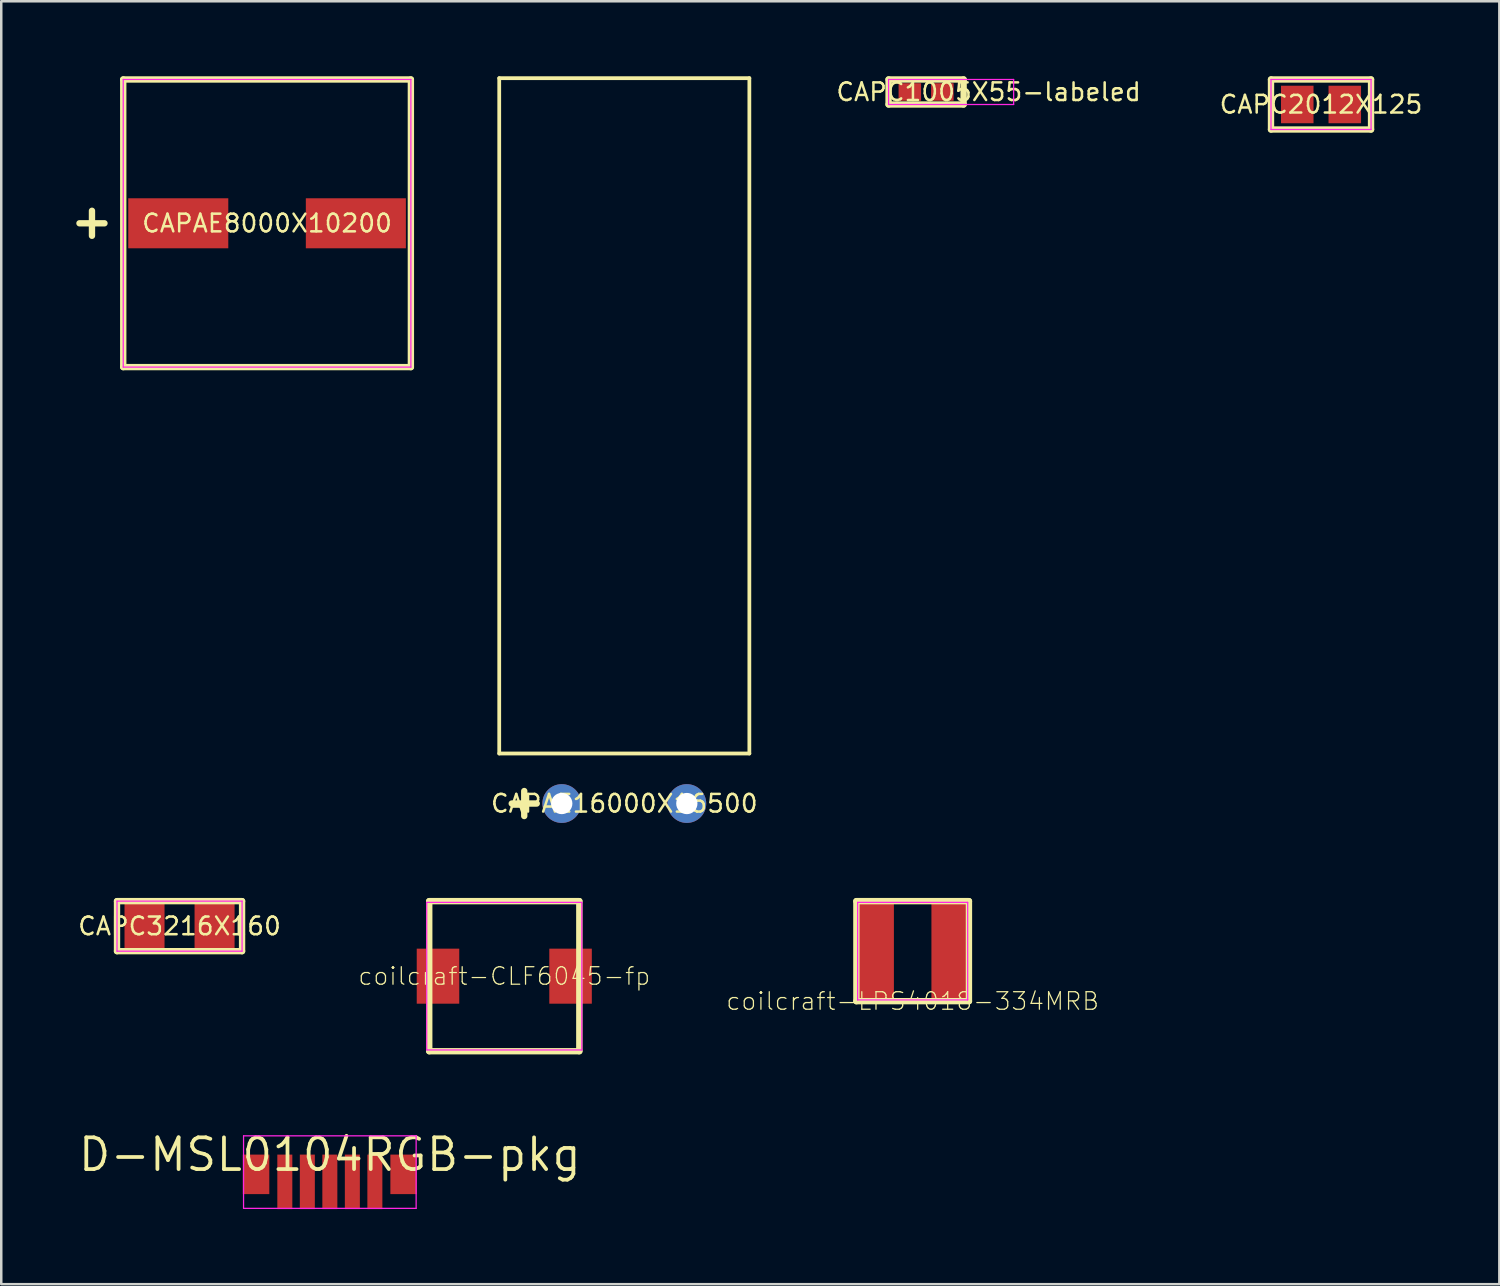
<source format=kicad_pcb>
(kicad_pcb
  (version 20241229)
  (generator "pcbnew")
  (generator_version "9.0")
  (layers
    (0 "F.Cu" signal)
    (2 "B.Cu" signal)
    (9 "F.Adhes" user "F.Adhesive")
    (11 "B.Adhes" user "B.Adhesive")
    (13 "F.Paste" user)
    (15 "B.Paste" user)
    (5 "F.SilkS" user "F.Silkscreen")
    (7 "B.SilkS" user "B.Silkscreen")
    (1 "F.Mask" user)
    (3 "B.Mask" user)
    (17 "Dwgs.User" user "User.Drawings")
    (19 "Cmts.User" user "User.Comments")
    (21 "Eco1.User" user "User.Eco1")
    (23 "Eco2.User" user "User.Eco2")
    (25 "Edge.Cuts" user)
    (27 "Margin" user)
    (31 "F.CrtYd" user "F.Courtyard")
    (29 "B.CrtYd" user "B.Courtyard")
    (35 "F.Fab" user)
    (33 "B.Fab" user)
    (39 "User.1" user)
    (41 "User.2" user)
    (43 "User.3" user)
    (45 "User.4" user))
  (footprint "CAPC3216X160"
    (layer "F.Cu")
    (at 4.128 33.977)
    (property "Reference" "CAPC3216X160" (at 0 0 0) (layer "F.SilkS") (effects (font (size 0.706 0.706) (thickness 0.1))))
    (attr through_hole)
    (fp_line (start -2.5 -1) (end -2.5 1) (stroke (width 0.254) (type solid)) (layer "F.SilkS"))
    (fp_line (start -2.5 1) (end 2.5 1) (stroke (width 0.254) (type solid)) (layer "F.SilkS"))
    (fp_line (start 2.5 -1) (end -2.5 -1) (stroke (width 0.254) (type solid)) (layer "F.SilkS"))
    (fp_line (start 2.5 1) (end 2.5 -1) (stroke (width 0.254) (type solid)) (layer "F.SilkS"))
    (fp_line (start -2.5 -1) (end -2.5 1) (stroke (width 0.05) (type solid)) (layer "F.CrtYd"))
    (fp_line (start -2.5 1) (end 2.5 1) (stroke (width 0.05) (type solid)) (layer "F.CrtYd"))
    (fp_line (start 2.5 -1) (end -2.5 -1) (stroke (width 0.05) (type solid)) (layer "F.CrtYd"))
    (fp_line (start 2.5 1) (end 2.5 -1) (stroke (width 0.05) (type solid)) (layer "F.CrtYd"))
    (pad "1" smd rect (at -1.4 0) (size 1.6 1.8) (layers "F.Cu" "F.Mask" "F.Paste"))
    (pad "2" smd rect (at 1.4 0) (size 1.6 1.8) (layers "F.Cu" "F.Mask" "F.Paste")))
  (footprint "coilcraft-CLF6045-fp"
    (layer "F.Cu")
    (at 17.111 35.977)
    (property "Reference" "coilcraft-CLF6045-fp" (at 0 0 180) (layer "F.SilkS") (effects (font (size 0.7 0.7) (thickness 0.05))))
    (attr through_hole)
    (fp_line (start -3 -3) (end -3 3) (stroke (width 0.254) (type solid)) (layer "F.SilkS"))
    (fp_line (start -3 3) (end 3 3) (stroke (width 0.254) (type solid)) (layer "F.SilkS"))
    (fp_line (start 3 -3) (end -3 -3) (stroke (width 0.254) (type solid)) (layer "F.SilkS"))
    (fp_line (start 3 3) (end 3 -3) (stroke (width 0.254) (type solid)) (layer "F.SilkS"))
    (fp_line (start -3.1 -2.95) (end -3.1 2.95) (stroke (width 0.05) (type solid)) (layer "F.CrtYd"))
    (fp_line (start -3.1 2.95) (end 3.1 2.95) (stroke (width 0.05) (type solid)) (layer "F.CrtYd"))
    (fp_line (start 3.1 -2.95) (end -3.1 -2.95) (stroke (width 0.05) (type solid)) (layer "F.CrtYd"))
    (fp_line (start 3.1 2.95) (end 3.1 -2.95) (stroke (width 0.05) (type solid)) (layer "F.CrtYd"))
    (pad "1" smd rect (at -2.65 0 270) (size 2.2 1.7) (layers "F.Cu" "F.Mask" "F.Paste"))
    (pad "2" smd rect (at 2.65 0 90) (size 2.2 1.7) (layers "F.Cu" "F.Mask" "F.Paste")))
  (footprint "CAPAE8000X10200"
    (layer "F.Cu")
    (at 7.627 5.877)
    (property "Reference" "CAPAE8000X10200" (at 0 0 0) (layer "F.SilkS") (effects (font (size 0.706 0.706) (thickness 0.1))))
    (attr through_hole)
    (fp_line (start -7.5 0) (end -6.5 0) (stroke (width 0.254) (type solid)) (layer "F.SilkS"))
    (fp_line (start -7 0.5) (end -7 -0.5) (stroke (width 0.254) (type solid)) (layer "F.SilkS"))
    (fp_line (start -5.75 -5.75) (end -5.75 5.75) (stroke (width 0.254) (type solid)) (layer "F.SilkS"))
    (fp_line (start -5.75 5.75) (end 5.75 5.75) (stroke (width 0.254) (type solid)) (layer "F.SilkS"))
    (fp_line (start 5.75 -5.75) (end -5.75 -5.75) (stroke (width 0.254) (type solid)) (layer "F.SilkS"))
    (fp_line (start 5.75 5.75) (end 5.75 -5.75) (stroke (width 0.254) (type solid)) (layer "F.SilkS"))
    (fp_line (start -5.75 -5.75) (end -5.75 5.75) (stroke (width 0.05) (type solid)) (layer "F.CrtYd"))
    (fp_line (start -5.75 5.75) (end 5.75 5.75) (stroke (width 0.05) (type solid)) (layer "F.CrtYd"))
    (fp_line (start 5.75 -5.75) (end -5.75 -5.75) (stroke (width 0.05) (type solid)) (layer "F.CrtYd"))
    (fp_line (start 5.75 5.75) (end 5.75 -5.75) (stroke (width 0.05) (type solid)) (layer "F.CrtYd"))
    (pad "1" smd rect (at -3.55 0) (size 4 2) (layers "F.Cu" "F.Mask" "F.Paste"))
    (pad "2" smd rect (at 3.55 0) (size 4 2) (layers "F.Cu" "F.Mask" "F.Paste")))
  (footprint "D-MSL0104RGB-pkg"
    (layer "F.Cu")
    (at 10.137 43.11)
    (property "Reference" "D-MSL0104RGB-pkg" (at 0 0 0) (layer "F.SilkS") (effects (font (size 1.27 1.27) (thickness 0.15))))
    (attr through_hole)
    (fp_line (start -3.45 -0.75) (end -3.45 2.15) (stroke (width 0.05) (type solid)) (layer "F.CrtYd"))
    (fp_line (start -3.45 2.15) (end 3.45 2.15) (stroke (width 0.05) (type solid)) (layer "F.CrtYd"))
    (fp_line (start 3.45 -0.75) (end -3.45 -0.75) (stroke (width 0.05) (type solid)) (layer "F.CrtYd"))
    (fp_line (start 3.45 2.15) (end 3.45 -0.75) (stroke (width 0.05) (type solid)) (layer "F.CrtYd"))
    (pad "1" smd rect (at -2.95 0.79) (size 1.06 1.58) (layers "F.Cu" "F.Mask" "F.Paste"))
    (pad "2" smd rect (at -1.8 1.09) (size 0.6 2.18) (layers "F.Cu" "F.Mask" "F.Paste"))
    (pad "3" smd rect (at -0.9 1.09) (size 0.6 2.18) (layers "F.Cu" "F.Mask" "F.Paste"))
    (pad "4" smd rect (at 0 1.09) (size 0.6 2.18) (layers "F.Cu" "F.Mask" "F.Paste"))
    (pad "5" smd rect (at 0.9 1.09) (size 0.6 2.18) (layers "F.Cu" "F.Mask" "F.Paste"))
    (pad "6" smd rect (at 1.8 1.09) (size 0.6 2.18) (layers "F.Cu" "F.Mask" "F.Paste"))
    (pad "7" smd rect (at 2.95 0.79) (size 1.06 1.58) (layers "F.Cu" "F.Mask" "F.Paste")))
  (footprint "coilcraft-LPS4018-334MRB"
    (layer "F.Cu")
    (at 33.438 34.977)
    (property "Reference" "coilcraft-LPS4018-334MRB" (at 0 2 180) (layer "F.SilkS") (effects (font (size 0.7 0.7) (thickness 0.05))))
    (attr through_hole)
    (fp_line (start -2.25 -2) (end -2.25 2) (stroke (width 0.254) (type solid)) (layer "F.SilkS"))
    (fp_line (start -2.25 2) (end 2.25 2) (stroke (width 0.254) (type solid)) (layer "F.SilkS"))
    (fp_line (start 2.25 -2) (end -2.25 -2) (stroke (width 0.254) (type solid)) (layer "F.SilkS"))
    (fp_line (start 2.25 2) (end 2.25 -2) (stroke (width 0.254) (type solid)) (layer "F.SilkS"))
    (fp_line (start -2.2 -1.95) (end -2.2 1.95) (stroke (width 0.05) (type solid)) (layer "F.CrtYd"))
    (fp_line (start -2.2 1.95) (end 2.2 1.95) (stroke (width 0.05) (type solid)) (layer "F.CrtYd"))
    (fp_line (start 2.2 -1.95) (end -2.2 -1.95) (stroke (width 0.05) (type solid)) (layer "F.CrtYd"))
    (fp_line (start 2.2 1.95) (end 2.2 -1.95) (stroke (width 0.05) (type solid)) (layer "F.CrtYd"))
    (pad "1" smd rect (at -1.475 0 270) (size 3.9 1.45) (layers "F.Cu" "F.Mask" "F.Paste"))
    (pad "2" smd rect (at 1.475 0 90) (size 3.9 1.45) (layers "F.Cu" "F.Mask" "F.Paste")))
  (footprint "CAPAE16000X16500"
    (layer "F.Cu")
    (at 21.909 29.075)
    (property "Reference" "CAPAE16000X16500" (at 0 0 0) (layer "F.SilkS") (effects (font (size 0.706 0.706) (thickness 0.1))))
    (attr through_hole)
    (fp_line (start -5 -29) (end -5 -2) (stroke (width 0.15) (type solid)) (layer "F.SilkS"))
    (fp_line (start -5 -2) (end 5 -2) (stroke (width 0.15) (type solid)) (layer "F.SilkS"))
    (fp_line (start -4.5 0) (end -3.5 0) (stroke (width 0.254) (type solid)) (layer "F.SilkS"))
    (fp_line (start -4 0.5) (end -4 -0.5) (stroke (width 0.254) (type solid)) (layer "F.SilkS"))
    (fp_line (start 5 -29) (end -5 -29) (stroke (width 0.15) (type solid)) (layer "F.SilkS"))
    (fp_line (start 5 -2) (end 5 -29) (stroke (width 0.15) (type solid)) (layer "F.SilkS"))
    (pad "1" thru_hole circle (at -2.5 0) (size 1.55 1.55) (drill 0.85) (layers "*.Cu" "*.Mask"))
    (pad "2" thru_hole circle (at 2.5 0) (size 1.55 1.55) (drill 0.85) (layers "*.Cu" "*.Mask")))
  (footprint "CAPC2012X125"
    (layer "F.Cu")
    (at 49.764 1.127)
    (property "Reference" "CAPC2012X125" (at 0 0 0) (layer "F.SilkS") (effects (font (size 0.706 0.706) (thickness 0.1))))
    (attr through_hole)
    (fp_line (start -2 -1) (end -2 1) (stroke (width 0.254) (type solid)) (layer "F.SilkS"))
    (fp_line (start -2 1) (end 2 1) (stroke (width 0.254) (type solid)) (layer "F.SilkS"))
    (fp_line (start 2 -1) (end -2 -1) (stroke (width 0.254) (type solid)) (layer "F.SilkS"))
    (fp_line (start 2 1) (end 2 -1) (stroke (width 0.254) (type solid)) (layer "F.SilkS"))
    (fp_line (start -2 -1) (end -2 1) (stroke (width 0.05) (type solid)) (layer "F.CrtYd"))
    (fp_line (start -2 1) (end 2 1) (stroke (width 0.05) (type solid)) (layer "F.CrtYd"))
    (fp_line (start 2 -1) (end -2 -1) (stroke (width 0.05) (type solid)) (layer "F.CrtYd"))
    (fp_line (start 2 1) (end 2 -1) (stroke (width 0.05) (type solid)) (layer "F.CrtYd"))
    (pad "1" smd rect (at -0.95 0) (size 1.3 1.5) (layers "F.Cu" "F.Mask" "F.Paste"))
    (pad "2" smd rect (at 0.95 0) (size 1.3 1.5) (layers "F.Cu" "F.Mask" "F.Paste")))
  (footprint "CAPC1005X55-labeled"
    (layer "F.Cu")
    (at 33.975 0.627)
    (property "Reference" "CAPC1005X55-labeled" (at 2.5 0 0) (layer "F.SilkS") (effects (font (size 0.706 0.706) (thickness 0.1))))
    (attr through_hole)
    (fp_line (start -1.5 -0.5) (end -1.5 0.5) (stroke (width 0.254) (type solid)) (layer "F.SilkS"))
    (fp_line (start -1.5 0.5) (end 1.5 0.5) (stroke (width 0.254) (type solid)) (layer "F.SilkS"))
    (fp_line (start 1.5 -0.5) (end -1.5 -0.5) (stroke (width 0.254) (type solid)) (layer "F.SilkS"))
    (fp_line (start 1.5 0.5) (end 1.5 -0.5) (stroke (width 0.254) (type solid)) (layer "F.SilkS"))
    (fp_line (start -1.5 -0.5) (end -1.5 0.5) (stroke (width 0.05) (type solid)) (layer "F.CrtYd"))
    (fp_line (start -1.5 0.5) (end 3.5 0.5) (stroke (width 0.05) (type solid)) (layer "F.CrtYd"))
    (fp_line (start 3.5 -0.5) (end -1.5 -0.5) (stroke (width 0.05) (type solid)) (layer "F.CrtYd"))
    (fp_line (start 3.5 0.5) (end 3.5 -0.5) (stroke (width 0.05) (type solid)) (layer "F.CrtYd"))
    (pad "1" smd rect (at -0.65 0) (size 0.9 0.7) (layers "F.Cu" "F.Mask" "F.Paste"))
    (pad "2" smd rect (at 0.65 0) (size 0.9 0.7) (layers "F.Cu" "F.Mask" "F.Paste")))
  (gr_rect
    (start -3 -3)
    (end 56.893 48.29)
    (stroke (width 0.1) (type default))
    (fill no)
    (layer "Edge.Cuts")))
</source>
